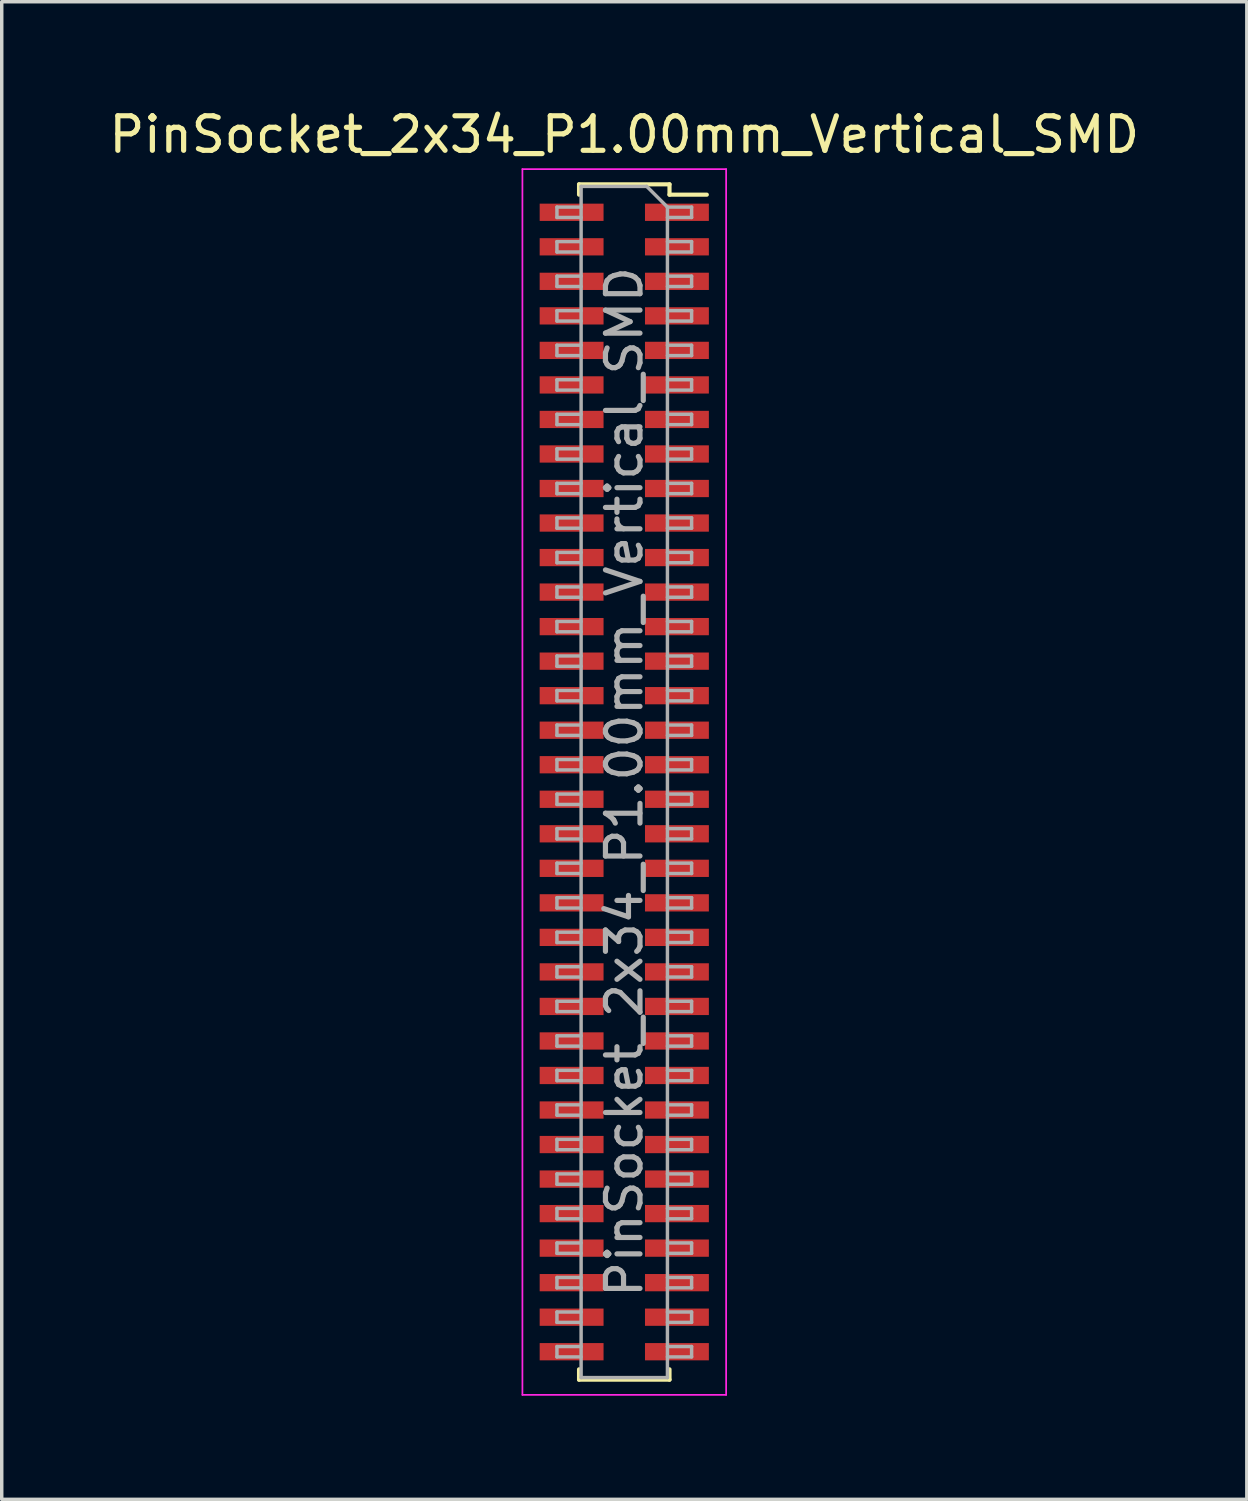
<source format=kicad_pcb>
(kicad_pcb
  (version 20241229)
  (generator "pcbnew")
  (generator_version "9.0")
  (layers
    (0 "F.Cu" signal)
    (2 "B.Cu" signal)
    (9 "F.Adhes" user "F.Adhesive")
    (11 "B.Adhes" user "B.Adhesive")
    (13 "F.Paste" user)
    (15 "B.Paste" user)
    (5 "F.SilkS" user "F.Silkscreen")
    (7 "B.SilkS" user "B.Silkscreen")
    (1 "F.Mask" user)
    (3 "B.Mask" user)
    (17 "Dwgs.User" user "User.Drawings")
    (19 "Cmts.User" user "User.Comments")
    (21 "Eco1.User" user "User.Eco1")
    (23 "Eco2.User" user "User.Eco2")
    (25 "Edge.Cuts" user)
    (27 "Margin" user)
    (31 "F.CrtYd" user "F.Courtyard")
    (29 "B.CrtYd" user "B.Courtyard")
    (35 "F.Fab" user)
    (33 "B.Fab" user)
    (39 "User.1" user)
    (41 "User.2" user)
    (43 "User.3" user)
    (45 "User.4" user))
  (footprint "PinSocket_2x34_P1.00mm_Vertical_SMD"
    (layer "F.Cu")
    (at 15.03 19.598)
    (property "Reference" "PinSocket_2x34_P1.00mm_Vertical_SMD" (at 0 -18.75 0) (layer "F.SilkS") (effects (font (size 1 1) (thickness 0.15))))
    (attr smd)
    (fp_line (start -1.31 -17.31) (end -1.31 -17.01) (stroke (width 0.12) (type solid)) (layer "F.SilkS"))
    (fp_line (start -1.31 -17.31) (end 1.31 -17.31) (stroke (width 0.12) (type solid)) (layer "F.SilkS"))
    (fp_line (start -1.31 17.01) (end -1.31 17.31) (stroke (width 0.12) (type solid)) (layer "F.SilkS"))
    (fp_line (start -1.31 17.31) (end 1.31 17.31) (stroke (width 0.12) (type solid)) (layer "F.SilkS"))
    (fp_line (start 1.31 -17.31) (end 1.31 -17.01) (stroke (width 0.12) (type solid)) (layer "F.SilkS"))
    (fp_line (start 1.31 -17.01) (end 2.39 -17.01) (stroke (width 0.12) (type solid)) (layer "F.SilkS"))
    (fp_line (start 1.31 17.01) (end 1.31 17.31) (stroke (width 0.12) (type solid)) (layer "F.SilkS"))
    (fp_line (start -2.95 -17.75) (end 2.95 -17.75) (stroke (width 0.05) (type solid)) (layer "F.CrtYd"))
    (fp_line (start -2.95 17.75) (end -2.95 -17.75) (stroke (width 0.05) (type solid)) (layer "F.CrtYd"))
    (fp_line (start 2.95 -17.75) (end 2.95 17.75) (stroke (width 0.05) (type solid)) (layer "F.CrtYd"))
    (fp_line (start 2.95 17.75) (end -2.95 17.75) (stroke (width 0.05) (type solid)) (layer "F.CrtYd"))
    (fp_line (start -1.95 -16.65) (end -1.25 -16.65) (stroke (width 0.1) (type solid)) (layer "F.Fab"))
    (fp_line (start -1.95 -16.35) (end -1.95 -16.65) (stroke (width 0.1) (type solid)) (layer "F.Fab"))
    (fp_line (start -1.95 -15.65) (end -1.25 -15.65) (stroke (width 0.1) (type solid)) (layer "F.Fab"))
    (fp_line (start -1.95 -15.35) (end -1.95 -15.65) (stroke (width 0.1) (type solid)) (layer "F.Fab"))
    (fp_line (start -1.95 -14.65) (end -1.25 -14.65) (stroke (width 0.1) (type solid)) (layer "F.Fab"))
    (fp_line (start -1.95 -14.35) (end -1.95 -14.65) (stroke (width 0.1) (type solid)) (layer "F.Fab"))
    (fp_line (start -1.95 -13.65) (end -1.25 -13.65) (stroke (width 0.1) (type solid)) (layer "F.Fab"))
    (fp_line (start -1.95 -13.35) (end -1.95 -13.65) (stroke (width 0.1) (type solid)) (layer "F.Fab"))
    (fp_line (start -1.95 -12.65) (end -1.25 -12.65) (stroke (width 0.1) (type solid)) (layer "F.Fab"))
    (fp_line (start -1.95 -12.35) (end -1.95 -12.65) (stroke (width 0.1) (type solid)) (layer "F.Fab"))
    (fp_line (start -1.95 -11.65) (end -1.25 -11.65) (stroke (width 0.1) (type solid)) (layer "F.Fab"))
    (fp_line (start -1.95 -11.35) (end -1.95 -11.65) (stroke (width 0.1) (type solid)) (layer "F.Fab"))
    (fp_line (start -1.95 -10.65) (end -1.25 -10.65) (stroke (width 0.1) (type solid)) (layer "F.Fab"))
    (fp_line (start -1.95 -10.35) (end -1.95 -10.65) (stroke (width 0.1) (type solid)) (layer "F.Fab"))
    (fp_line (start -1.95 -9.65) (end -1.25 -9.65) (stroke (width 0.1) (type solid)) (layer "F.Fab"))
    (fp_line (start -1.95 -9.35) (end -1.95 -9.65) (stroke (width 0.1) (type solid)) (layer "F.Fab"))
    (fp_line (start -1.95 -8.65) (end -1.25 -8.65) (stroke (width 0.1) (type solid)) (layer "F.Fab"))
    (fp_line (start -1.95 -8.35) (end -1.95 -8.65) (stroke (width 0.1) (type solid)) (layer "F.Fab"))
    (fp_line (start -1.95 -7.65) (end -1.25 -7.65) (stroke (width 0.1) (type solid)) (layer "F.Fab"))
    (fp_line (start -1.95 -7.35) (end -1.95 -7.65) (stroke (width 0.1) (type solid)) (layer "F.Fab"))
    (fp_line (start -1.95 -6.65) (end -1.25 -6.65) (stroke (width 0.1) (type solid)) (layer "F.Fab"))
    (fp_line (start -1.95 -6.35) (end -1.95 -6.65) (stroke (width 0.1) (type solid)) (layer "F.Fab"))
    (fp_line (start -1.95 -5.65) (end -1.25 -5.65) (stroke (width 0.1) (type solid)) (layer "F.Fab"))
    (fp_line (start -1.95 -5.35) (end -1.95 -5.65) (stroke (width 0.1) (type solid)) (layer "F.Fab"))
    (fp_line (start -1.95 -4.65) (end -1.25 -4.65) (stroke (width 0.1) (type solid)) (layer "F.Fab"))
    (fp_line (start -1.95 -4.35) (end -1.95 -4.65) (stroke (width 0.1) (type solid)) (layer "F.Fab"))
    (fp_line (start -1.95 -3.65) (end -1.25 -3.65) (stroke (width 0.1) (type solid)) (layer "F.Fab"))
    (fp_line (start -1.95 -3.35) (end -1.95 -3.65) (stroke (width 0.1) (type solid)) (layer "F.Fab"))
    (fp_line (start -1.95 -2.65) (end -1.25 -2.65) (stroke (width 0.1) (type solid)) (layer "F.Fab"))
    (fp_line (start -1.95 -2.35) (end -1.95 -2.65) (stroke (width 0.1) (type solid)) (layer "F.Fab"))
    (fp_line (start -1.95 -1.65) (end -1.25 -1.65) (stroke (width 0.1) (type solid)) (layer "F.Fab"))
    (fp_line (start -1.95 -1.35) (end -1.95 -1.65) (stroke (width 0.1) (type solid)) (layer "F.Fab"))
    (fp_line (start -1.95 -0.65) (end -1.25 -0.65) (stroke (width 0.1) (type solid)) (layer "F.Fab"))
    (fp_line (start -1.95 -0.35) (end -1.95 -0.65) (stroke (width 0.1) (type solid)) (layer "F.Fab"))
    (fp_line (start -1.95 0.35) (end -1.25 0.35) (stroke (width 0.1) (type solid)) (layer "F.Fab"))
    (fp_line (start -1.95 0.65) (end -1.95 0.35) (stroke (width 0.1) (type solid)) (layer "F.Fab"))
    (fp_line (start -1.95 1.35) (end -1.25 1.35) (stroke (width 0.1) (type solid)) (layer "F.Fab"))
    (fp_line (start -1.95 1.65) (end -1.95 1.35) (stroke (width 0.1) (type solid)) (layer "F.Fab"))
    (fp_line (start -1.95 2.35) (end -1.25 2.35) (stroke (width 0.1) (type solid)) (layer "F.Fab"))
    (fp_line (start -1.95 2.65) (end -1.95 2.35) (stroke (width 0.1) (type solid)) (layer "F.Fab"))
    (fp_line (start -1.95 3.35) (end -1.25 3.35) (stroke (width 0.1) (type solid)) (layer "F.Fab"))
    (fp_line (start -1.95 3.65) (end -1.95 3.35) (stroke (width 0.1) (type solid)) (layer "F.Fab"))
    (fp_line (start -1.95 4.35) (end -1.25 4.35) (stroke (width 0.1) (type solid)) (layer "F.Fab"))
    (fp_line (start -1.95 4.65) (end -1.95 4.35) (stroke (width 0.1) (type solid)) (layer "F.Fab"))
    (fp_line (start -1.95 5.35) (end -1.25 5.35) (stroke (width 0.1) (type solid)) (layer "F.Fab"))
    (fp_line (start -1.95 5.65) (end -1.95 5.35) (stroke (width 0.1) (type solid)) (layer "F.Fab"))
    (fp_line (start -1.95 6.35) (end -1.25 6.35) (stroke (width 0.1) (type solid)) (layer "F.Fab"))
    (fp_line (start -1.95 6.65) (end -1.95 6.35) (stroke (width 0.1) (type solid)) (layer "F.Fab"))
    (fp_line (start -1.95 7.35) (end -1.25 7.35) (stroke (width 0.1) (type solid)) (layer "F.Fab"))
    (fp_line (start -1.95 7.65) (end -1.95 7.35) (stroke (width 0.1) (type solid)) (layer "F.Fab"))
    (fp_line (start -1.95 8.35) (end -1.25 8.35) (stroke (width 0.1) (type solid)) (layer "F.Fab"))
    (fp_line (start -1.95 8.65) (end -1.95 8.35) (stroke (width 0.1) (type solid)) (layer "F.Fab"))
    (fp_line (start -1.95 9.35) (end -1.25 9.35) (stroke (width 0.1) (type solid)) (layer "F.Fab"))
    (fp_line (start -1.95 9.65) (end -1.95 9.35) (stroke (width 0.1) (type solid)) (layer "F.Fab"))
    (fp_line (start -1.95 10.35) (end -1.25 10.35) (stroke (width 0.1) (type solid)) (layer "F.Fab"))
    (fp_line (start -1.95 10.65) (end -1.95 10.35) (stroke (width 0.1) (type solid)) (layer "F.Fab"))
    (fp_line (start -1.95 11.35) (end -1.25 11.35) (stroke (width 0.1) (type solid)) (layer "F.Fab"))
    (fp_line (start -1.95 11.65) (end -1.95 11.35) (stroke (width 0.1) (type solid)) (layer "F.Fab"))
    (fp_line (start -1.95 12.35) (end -1.25 12.35) (stroke (width 0.1) (type solid)) (layer "F.Fab"))
    (fp_line (start -1.95 12.65) (end -1.95 12.35) (stroke (width 0.1) (type solid)) (layer "F.Fab"))
    (fp_line (start -1.95 13.35) (end -1.25 13.35) (stroke (width 0.1) (type solid)) (layer "F.Fab"))
    (fp_line (start -1.95 13.65) (end -1.95 13.35) (stroke (width 0.1) (type solid)) (layer "F.Fab"))
    (fp_line (start -1.95 14.35) (end -1.25 14.35) (stroke (width 0.1) (type solid)) (layer "F.Fab"))
    (fp_line (start -1.95 14.65) (end -1.95 14.35) (stroke (width 0.1) (type solid)) (layer "F.Fab"))
    (fp_line (start -1.95 15.35) (end -1.25 15.35) (stroke (width 0.1) (type solid)) (layer "F.Fab"))
    (fp_line (start -1.95 15.65) (end -1.95 15.35) (stroke (width 0.1) (type solid)) (layer "F.Fab"))
    (fp_line (start -1.95 16.35) (end -1.25 16.35) (stroke (width 0.1) (type solid)) (layer "F.Fab"))
    (fp_line (start -1.95 16.65) (end -1.95 16.35) (stroke (width 0.1) (type solid)) (layer "F.Fab"))
    (fp_line (start -1.25 -17.25) (end 0.65 -17.25) (stroke (width 0.1) (type solid)) (layer "F.Fab"))
    (fp_line (start -1.25 -16.35) (end -1.95 -16.35) (stroke (width 0.1) (type solid)) (layer "F.Fab"))
    (fp_line (start -1.25 -15.35) (end -1.95 -15.35) (stroke (width 0.1) (type solid)) (layer "F.Fab"))
    (fp_line (start -1.25 -14.35) (end -1.95 -14.35) (stroke (width 0.1) (type solid)) (layer "F.Fab"))
    (fp_line (start -1.25 -13.35) (end -1.95 -13.35) (stroke (width 0.1) (type solid)) (layer "F.Fab"))
    (fp_line (start -1.25 -12.35) (end -1.95 -12.35) (stroke (width 0.1) (type solid)) (layer "F.Fab"))
    (fp_line (start -1.25 -11.35) (end -1.95 -11.35) (stroke (width 0.1) (type solid)) (layer "F.Fab"))
    (fp_line (start -1.25 -10.35) (end -1.95 -10.35) (stroke (width 0.1) (type solid)) (layer "F.Fab"))
    (fp_line (start -1.25 -9.35) (end -1.95 -9.35) (stroke (width 0.1) (type solid)) (layer "F.Fab"))
    (fp_line (start -1.25 -8.35) (end -1.95 -8.35) (stroke (width 0.1) (type solid)) (layer "F.Fab"))
    (fp_line (start -1.25 -7.35) (end -1.95 -7.35) (stroke (width 0.1) (type solid)) (layer "F.Fab"))
    (fp_line (start -1.25 -6.35) (end -1.95 -6.35) (stroke (width 0.1) (type solid)) (layer "F.Fab"))
    (fp_line (start -1.25 -5.35) (end -1.95 -5.35) (stroke (width 0.1) (type solid)) (layer "F.Fab"))
    (fp_line (start -1.25 -4.35) (end -1.95 -4.35) (stroke (width 0.1) (type solid)) (layer "F.Fab"))
    (fp_line (start -1.25 -3.35) (end -1.95 -3.35) (stroke (width 0.1) (type solid)) (layer "F.Fab"))
    (fp_line (start -1.25 -2.35) (end -1.95 -2.35) (stroke (width 0.1) (type solid)) (layer "F.Fab"))
    (fp_line (start -1.25 -1.35) (end -1.95 -1.35) (stroke (width 0.1) (type solid)) (layer "F.Fab"))
    (fp_line (start -1.25 -0.35) (end -1.95 -0.35) (stroke (width 0.1) (type solid)) (layer "F.Fab"))
    (fp_line (start -1.25 0.65) (end -1.95 0.65) (stroke (width 0.1) (type solid)) (layer "F.Fab"))
    (fp_line (start -1.25 1.65) (end -1.95 1.65) (stroke (width 0.1) (type solid)) (layer "F.Fab"))
    (fp_line (start -1.25 2.65) (end -1.95 2.65) (stroke (width 0.1) (type solid)) (layer "F.Fab"))
    (fp_line (start -1.25 3.65) (end -1.95 3.65) (stroke (width 0.1) (type solid)) (layer "F.Fab"))
    (fp_line (start -1.25 4.65) (end -1.95 4.65) (stroke (width 0.1) (type solid)) (layer "F.Fab"))
    (fp_line (start -1.25 5.65) (end -1.95 5.65) (stroke (width 0.1) (type solid)) (layer "F.Fab"))
    (fp_line (start -1.25 6.65) (end -1.95 6.65) (stroke (width 0.1) (type solid)) (layer "F.Fab"))
    (fp_line (start -1.25 7.65) (end -1.95 7.65) (stroke (width 0.1) (type solid)) (layer "F.Fab"))
    (fp_line (start -1.25 8.65) (end -1.95 8.65) (stroke (width 0.1) (type solid)) (layer "F.Fab"))
    (fp_line (start -1.25 9.65) (end -1.95 9.65) (stroke (width 0.1) (type solid)) (layer "F.Fab"))
    (fp_line (start -1.25 10.65) (end -1.95 10.65) (stroke (width 0.1) (type solid)) (layer "F.Fab"))
    (fp_line (start -1.25 11.65) (end -1.95 11.65) (stroke (width 0.1) (type solid)) (layer "F.Fab"))
    (fp_line (start -1.25 12.65) (end -1.95 12.65) (stroke (width 0.1) (type solid)) (layer "F.Fab"))
    (fp_line (start -1.25 13.65) (end -1.95 13.65) (stroke (width 0.1) (type solid)) (layer "F.Fab"))
    (fp_line (start -1.25 14.65) (end -1.95 14.65) (stroke (width 0.1) (type solid)) (layer "F.Fab"))
    (fp_line (start -1.25 15.65) (end -1.95 15.65) (stroke (width 0.1) (type solid)) (layer "F.Fab"))
    (fp_line (start -1.25 16.65) (end -1.95 16.65) (stroke (width 0.1) (type solid)) (layer "F.Fab"))
    (fp_line (start -1.25 17.25) (end -1.25 -17.25) (stroke (width 0.1) (type solid)) (layer "F.Fab"))
    (fp_line (start 0.65 -17.25) (end 1.25 -16.65) (stroke (width 0.1) (type solid)) (layer "F.Fab"))
    (fp_line (start 1.25 -16.65) (end 1.25 17.25) (stroke (width 0.1) (type solid)) (layer "F.Fab"))
    (fp_line (start 1.25 -16.65) (end 1.95 -16.65) (stroke (width 0.1) (type solid)) (layer "F.Fab"))
    (fp_line (start 1.25 -15.65) (end 1.95 -15.65) (stroke (width 0.1) (type solid)) (layer "F.Fab"))
    (fp_line (start 1.25 -14.65) (end 1.95 -14.65) (stroke (width 0.1) (type solid)) (layer "F.Fab"))
    (fp_line (start 1.25 -13.65) (end 1.95 -13.65) (stroke (width 0.1) (type solid)) (layer "F.Fab"))
    (fp_line (start 1.25 -12.65) (end 1.95 -12.65) (stroke (width 0.1) (type solid)) (layer "F.Fab"))
    (fp_line (start 1.25 -11.65) (end 1.95 -11.65) (stroke (width 0.1) (type solid)) (layer "F.Fab"))
    (fp_line (start 1.25 -10.65) (end 1.95 -10.65) (stroke (width 0.1) (type solid)) (layer "F.Fab"))
    (fp_line (start 1.25 -9.65) (end 1.95 -9.65) (stroke (width 0.1) (type solid)) (layer "F.Fab"))
    (fp_line (start 1.25 -8.65) (end 1.95 -8.65) (stroke (width 0.1) (type solid)) (layer "F.Fab"))
    (fp_line (start 1.25 -7.65) (end 1.95 -7.65) (stroke (width 0.1) (type solid)) (layer "F.Fab"))
    (fp_line (start 1.25 -6.65) (end 1.95 -6.65) (stroke (width 0.1) (type solid)) (layer "F.Fab"))
    (fp_line (start 1.25 -5.65) (end 1.95 -5.65) (stroke (width 0.1) (type solid)) (layer "F.Fab"))
    (fp_line (start 1.25 -4.65) (end 1.95 -4.65) (stroke (width 0.1) (type solid)) (layer "F.Fab"))
    (fp_line (start 1.25 -3.65) (end 1.95 -3.65) (stroke (width 0.1) (type solid)) (layer "F.Fab"))
    (fp_line (start 1.25 -2.65) (end 1.95 -2.65) (stroke (width 0.1) (type solid)) (layer "F.Fab"))
    (fp_line (start 1.25 -1.65) (end 1.95 -1.65) (stroke (width 0.1) (type solid)) (layer "F.Fab"))
    (fp_line (start 1.25 -0.65) (end 1.95 -0.65) (stroke (width 0.1) (type solid)) (layer "F.Fab"))
    (fp_line (start 1.25 0.35) (end 1.95 0.35) (stroke (width 0.1) (type solid)) (layer "F.Fab"))
    (fp_line (start 1.25 1.35) (end 1.95 1.35) (stroke (width 0.1) (type solid)) (layer "F.Fab"))
    (fp_line (start 1.25 2.35) (end 1.95 2.35) (stroke (width 0.1) (type solid)) (layer "F.Fab"))
    (fp_line (start 1.25 3.35) (end 1.95 3.35) (stroke (width 0.1) (type solid)) (layer "F.Fab"))
    (fp_line (start 1.25 4.35) (end 1.95 4.35) (stroke (width 0.1) (type solid)) (layer "F.Fab"))
    (fp_line (start 1.25 5.35) (end 1.95 5.35) (stroke (width 0.1) (type solid)) (layer "F.Fab"))
    (fp_line (start 1.25 6.35) (end 1.95 6.35) (stroke (width 0.1) (type solid)) (layer "F.Fab"))
    (fp_line (start 1.25 7.35) (end 1.95 7.35) (stroke (width 0.1) (type solid)) (layer "F.Fab"))
    (fp_line (start 1.25 8.35) (end 1.95 8.35) (stroke (width 0.1) (type solid)) (layer "F.Fab"))
    (fp_line (start 1.25 9.35) (end 1.95 9.35) (stroke (width 0.1) (type solid)) (layer "F.Fab"))
    (fp_line (start 1.25 10.35) (end 1.95 10.35) (stroke (width 0.1) (type solid)) (layer "F.Fab"))
    (fp_line (start 1.25 11.35) (end 1.95 11.35) (stroke (width 0.1) (type solid)) (layer "F.Fab"))
    (fp_line (start 1.25 12.35) (end 1.95 12.35) (stroke (width 0.1) (type solid)) (layer "F.Fab"))
    (fp_line (start 1.25 13.35) (end 1.95 13.35) (stroke (width 0.1) (type solid)) (layer "F.Fab"))
    (fp_line (start 1.25 14.35) (end 1.95 14.35) (stroke (width 0.1) (type solid)) (layer "F.Fab"))
    (fp_line (start 1.25 15.35) (end 1.95 15.35) (stroke (width 0.1) (type solid)) (layer "F.Fab"))
    (fp_line (start 1.25 16.35) (end 1.95 16.35) (stroke (width 0.1) (type solid)) (layer "F.Fab"))
    (fp_line (start 1.25 17.25) (end -1.25 17.25) (stroke (width 0.1) (type solid)) (layer "F.Fab"))
    (fp_line (start 1.95 -16.65) (end 1.95 -16.35) (stroke (width 0.1) (type solid)) (layer "F.Fab"))
    (fp_line (start 1.95 -16.35) (end 1.25 -16.35) (stroke (width 0.1) (type solid)) (layer "F.Fab"))
    (fp_line (start 1.95 -15.65) (end 1.95 -15.35) (stroke (width 0.1) (type solid)) (layer "F.Fab"))
    (fp_line (start 1.95 -15.35) (end 1.25 -15.35) (stroke (width 0.1) (type solid)) (layer "F.Fab"))
    (fp_line (start 1.95 -14.65) (end 1.95 -14.35) (stroke (width 0.1) (type solid)) (layer "F.Fab"))
    (fp_line (start 1.95 -14.35) (end 1.25 -14.35) (stroke (width 0.1) (type solid)) (layer "F.Fab"))
    (fp_line (start 1.95 -13.65) (end 1.95 -13.35) (stroke (width 0.1) (type solid)) (layer "F.Fab"))
    (fp_line (start 1.95 -13.35) (end 1.25 -13.35) (stroke (width 0.1) (type solid)) (layer "F.Fab"))
    (fp_line (start 1.95 -12.65) (end 1.95 -12.35) (stroke (width 0.1) (type solid)) (layer "F.Fab"))
    (fp_line (start 1.95 -12.35) (end 1.25 -12.35) (stroke (width 0.1) (type solid)) (layer "F.Fab"))
    (fp_line (start 1.95 -11.65) (end 1.95 -11.35) (stroke (width 0.1) (type solid)) (layer "F.Fab"))
    (fp_line (start 1.95 -11.35) (end 1.25 -11.35) (stroke (width 0.1) (type solid)) (layer "F.Fab"))
    (fp_line (start 1.95 -10.65) (end 1.95 -10.35) (stroke (width 0.1) (type solid)) (layer "F.Fab"))
    (fp_line (start 1.95 -10.35) (end 1.25 -10.35) (stroke (width 0.1) (type solid)) (layer "F.Fab"))
    (fp_line (start 1.95 -9.65) (end 1.95 -9.35) (stroke (width 0.1) (type solid)) (layer "F.Fab"))
    (fp_line (start 1.95 -9.35) (end 1.25 -9.35) (stroke (width 0.1) (type solid)) (layer "F.Fab"))
    (fp_line (start 1.95 -8.65) (end 1.95 -8.35) (stroke (width 0.1) (type solid)) (layer "F.Fab"))
    (fp_line (start 1.95 -8.35) (end 1.25 -8.35) (stroke (width 0.1) (type solid)) (layer "F.Fab"))
    (fp_line (start 1.95 -7.65) (end 1.95 -7.35) (stroke (width 0.1) (type solid)) (layer "F.Fab"))
    (fp_line (start 1.95 -7.35) (end 1.25 -7.35) (stroke (width 0.1) (type solid)) (layer "F.Fab"))
    (fp_line (start 1.95 -6.65) (end 1.95 -6.35) (stroke (width 0.1) (type solid)) (layer "F.Fab"))
    (fp_line (start 1.95 -6.35) (end 1.25 -6.35) (stroke (width 0.1) (type solid)) (layer "F.Fab"))
    (fp_line (start 1.95 -5.65) (end 1.95 -5.35) (stroke (width 0.1) (type solid)) (layer "F.Fab"))
    (fp_line (start 1.95 -5.35) (end 1.25 -5.35) (stroke (width 0.1) (type solid)) (layer "F.Fab"))
    (fp_line (start 1.95 -4.65) (end 1.95 -4.35) (stroke (width 0.1) (type solid)) (layer "F.Fab"))
    (fp_line (start 1.95 -4.35) (end 1.25 -4.35) (stroke (width 0.1) (type solid)) (layer "F.Fab"))
    (fp_line (start 1.95 -3.65) (end 1.95 -3.35) (stroke (width 0.1) (type solid)) (layer "F.Fab"))
    (fp_line (start 1.95 -3.35) (end 1.25 -3.35) (stroke (width 0.1) (type solid)) (layer "F.Fab"))
    (fp_line (start 1.95 -2.65) (end 1.95 -2.35) (stroke (width 0.1) (type solid)) (layer "F.Fab"))
    (fp_line (start 1.95 -2.35) (end 1.25 -2.35) (stroke (width 0.1) (type solid)) (layer "F.Fab"))
    (fp_line (start 1.95 -1.65) (end 1.95 -1.35) (stroke (width 0.1) (type solid)) (layer "F.Fab"))
    (fp_line (start 1.95 -1.35) (end 1.25 -1.35) (stroke (width 0.1) (type solid)) (layer "F.Fab"))
    (fp_line (start 1.95 -0.65) (end 1.95 -0.35) (stroke (width 0.1) (type solid)) (layer "F.Fab"))
    (fp_line (start 1.95 -0.35) (end 1.25 -0.35) (stroke (width 0.1) (type solid)) (layer "F.Fab"))
    (fp_line (start 1.95 0.35) (end 1.95 0.65) (stroke (width 0.1) (type solid)) (layer "F.Fab"))
    (fp_line (start 1.95 0.65) (end 1.25 0.65) (stroke (width 0.1) (type solid)) (layer "F.Fab"))
    (fp_line (start 1.95 1.35) (end 1.95 1.65) (stroke (width 0.1) (type solid)) (layer "F.Fab"))
    (fp_line (start 1.95 1.65) (end 1.25 1.65) (stroke (width 0.1) (type solid)) (layer "F.Fab"))
    (fp_line (start 1.95 2.35) (end 1.95 2.65) (stroke (width 0.1) (type solid)) (layer "F.Fab"))
    (fp_line (start 1.95 2.65) (end 1.25 2.65) (stroke (width 0.1) (type solid)) (layer "F.Fab"))
    (fp_line (start 1.95 3.35) (end 1.95 3.65) (stroke (width 0.1) (type solid)) (layer "F.Fab"))
    (fp_line (start 1.95 3.65) (end 1.25 3.65) (stroke (width 0.1) (type solid)) (layer "F.Fab"))
    (fp_line (start 1.95 4.35) (end 1.95 4.65) (stroke (width 0.1) (type solid)) (layer "F.Fab"))
    (fp_line (start 1.95 4.65) (end 1.25 4.65) (stroke (width 0.1) (type solid)) (layer "F.Fab"))
    (fp_line (start 1.95 5.35) (end 1.95 5.65) (stroke (width 0.1) (type solid)) (layer "F.Fab"))
    (fp_line (start 1.95 5.65) (end 1.25 5.65) (stroke (width 0.1) (type solid)) (layer "F.Fab"))
    (fp_line (start 1.95 6.35) (end 1.95 6.65) (stroke (width 0.1) (type solid)) (layer "F.Fab"))
    (fp_line (start 1.95 6.65) (end 1.25 6.65) (stroke (width 0.1) (type solid)) (layer "F.Fab"))
    (fp_line (start 1.95 7.35) (end 1.95 7.65) (stroke (width 0.1) (type solid)) (layer "F.Fab"))
    (fp_line (start 1.95 7.65) (end 1.25 7.65) (stroke (width 0.1) (type solid)) (layer "F.Fab"))
    (fp_line (start 1.95 8.35) (end 1.95 8.65) (stroke (width 0.1) (type solid)) (layer "F.Fab"))
    (fp_line (start 1.95 8.65) (end 1.25 8.65) (stroke (width 0.1) (type solid)) (layer "F.Fab"))
    (fp_line (start 1.95 9.35) (end 1.95 9.65) (stroke (width 0.1) (type solid)) (layer "F.Fab"))
    (fp_line (start 1.95 9.65) (end 1.25 9.65) (stroke (width 0.1) (type solid)) (layer "F.Fab"))
    (fp_line (start 1.95 10.35) (end 1.95 10.65) (stroke (width 0.1) (type solid)) (layer "F.Fab"))
    (fp_line (start 1.95 10.65) (end 1.25 10.65) (stroke (width 0.1) (type solid)) (layer "F.Fab"))
    (fp_line (start 1.95 11.35) (end 1.95 11.65) (stroke (width 0.1) (type solid)) (layer "F.Fab"))
    (fp_line (start 1.95 11.65) (end 1.25 11.65) (stroke (width 0.1) (type solid)) (layer "F.Fab"))
    (fp_line (start 1.95 12.35) (end 1.95 12.65) (stroke (width 0.1) (type solid)) (layer "F.Fab"))
    (fp_line (start 1.95 12.65) (end 1.25 12.65) (stroke (width 0.1) (type solid)) (layer "F.Fab"))
    (fp_line (start 1.95 13.35) (end 1.95 13.65) (stroke (width 0.1) (type solid)) (layer "F.Fab"))
    (fp_line (start 1.95 13.65) (end 1.25 13.65) (stroke (width 0.1) (type solid)) (layer "F.Fab"))
    (fp_line (start 1.95 14.35) (end 1.95 14.65) (stroke (width 0.1) (type solid)) (layer "F.Fab"))
    (fp_line (start 1.95 14.65) (end 1.25 14.65) (stroke (width 0.1) (type solid)) (layer "F.Fab"))
    (fp_line (start 1.95 15.35) (end 1.95 15.65) (stroke (width 0.1) (type solid)) (layer "F.Fab"))
    (fp_line (start 1.95 15.65) (end 1.25 15.65) (stroke (width 0.1) (type solid)) (layer "F.Fab"))
    (fp_line (start 1.95 16.35) (end 1.95 16.65) (stroke (width 0.1) (type solid)) (layer "F.Fab"))
    (fp_line (start 1.95 16.65) (end 1.25 16.65) (stroke (width 0.1) (type solid)) (layer "F.Fab"))
    (fp_text user "${REFERENCE}" (at 0 0 90) (layer "F.Fab") (effects (font (size 1 1) (thickness 0.15))))
    (pad "1" smd rect (at 1.525 -16.5) (size 1.85 0.5) (layers "F.Cu" "F.Mask" "F.Paste"))
    (pad "2" smd rect (at -1.525 -16.5) (size 1.85 0.5) (layers "F.Cu" "F.Mask" "F.Paste"))
    (pad "3" smd rect (at 1.525 -15.5) (size 1.85 0.5) (layers "F.Cu" "F.Mask" "F.Paste"))
    (pad "4" smd rect (at -1.525 -15.5) (size 1.85 0.5) (layers "F.Cu" "F.Mask" "F.Paste"))
    (pad "5" smd rect (at 1.525 -14.5) (size 1.85 0.5) (layers "F.Cu" "F.Mask" "F.Paste"))
    (pad "6" smd rect (at -1.525 -14.5) (size 1.85 0.5) (layers "F.Cu" "F.Mask" "F.Paste"))
    (pad "7" smd rect (at 1.525 -13.5) (size 1.85 0.5) (layers "F.Cu" "F.Mask" "F.Paste"))
    (pad "8" smd rect (at -1.525 -13.5) (size 1.85 0.5) (layers "F.Cu" "F.Mask" "F.Paste"))
    (pad "9" smd rect (at 1.525 -12.5) (size 1.85 0.5) (layers "F.Cu" "F.Mask" "F.Paste"))
    (pad "10" smd rect (at -1.525 -12.5) (size 1.85 0.5) (layers "F.Cu" "F.Mask" "F.Paste"))
    (pad "11" smd rect (at 1.525 -11.5) (size 1.85 0.5) (layers "F.Cu" "F.Mask" "F.Paste"))
    (pad "12" smd rect (at -1.525 -11.5) (size 1.85 0.5) (layers "F.Cu" "F.Mask" "F.Paste"))
    (pad "13" smd rect (at 1.525 -10.5) (size 1.85 0.5) (layers "F.Cu" "F.Mask" "F.Paste"))
    (pad "14" smd rect (at -1.525 -10.5) (size 1.85 0.5) (layers "F.Cu" "F.Mask" "F.Paste"))
    (pad "15" smd rect (at 1.525 -9.5) (size 1.85 0.5) (layers "F.Cu" "F.Mask" "F.Paste"))
    (pad "16" smd rect (at -1.525 -9.5) (size 1.85 0.5) (layers "F.Cu" "F.Mask" "F.Paste"))
    (pad "17" smd rect (at 1.525 -8.5) (size 1.85 0.5) (layers "F.Cu" "F.Mask" "F.Paste"))
    (pad "18" smd rect (at -1.525 -8.5) (size 1.85 0.5) (layers "F.Cu" "F.Mask" "F.Paste"))
    (pad "19" smd rect (at 1.525 -7.5) (size 1.85 0.5) (layers "F.Cu" "F.Mask" "F.Paste"))
    (pad "20" smd rect (at -1.525 -7.5) (size 1.85 0.5) (layers "F.Cu" "F.Mask" "F.Paste"))
    (pad "21" smd rect (at 1.525 -6.5) (size 1.85 0.5) (layers "F.Cu" "F.Mask" "F.Paste"))
    (pad "22" smd rect (at -1.525 -6.5) (size 1.85 0.5) (layers "F.Cu" "F.Mask" "F.Paste"))
    (pad "23" smd rect (at 1.525 -5.5) (size 1.85 0.5) (layers "F.Cu" "F.Mask" "F.Paste"))
    (pad "24" smd rect (at -1.525 -5.5) (size 1.85 0.5) (layers "F.Cu" "F.Mask" "F.Paste"))
    (pad "25" smd rect (at 1.525 -4.5) (size 1.85 0.5) (layers "F.Cu" "F.Mask" "F.Paste"))
    (pad "26" smd rect (at -1.525 -4.5) (size 1.85 0.5) (layers "F.Cu" "F.Mask" "F.Paste"))
    (pad "27" smd rect (at 1.525 -3.5) (size 1.85 0.5) (layers "F.Cu" "F.Mask" "F.Paste"))
    (pad "28" smd rect (at -1.525 -3.5) (size 1.85 0.5) (layers "F.Cu" "F.Mask" "F.Paste"))
    (pad "29" smd rect (at 1.525 -2.5) (size 1.85 0.5) (layers "F.Cu" "F.Mask" "F.Paste"))
    (pad "30" smd rect (at -1.525 -2.5) (size 1.85 0.5) (layers "F.Cu" "F.Mask" "F.Paste"))
    (pad "31" smd rect (at 1.525 -1.5) (size 1.85 0.5) (layers "F.Cu" "F.Mask" "F.Paste"))
    (pad "32" smd rect (at -1.525 -1.5) (size 1.85 0.5) (layers "F.Cu" "F.Mask" "F.Paste"))
    (pad "33" smd rect (at 1.525 -0.5) (size 1.85 0.5) (layers "F.Cu" "F.Mask" "F.Paste"))
    (pad "34" smd rect (at -1.525 -0.5) (size 1.85 0.5) (layers "F.Cu" "F.Mask" "F.Paste"))
    (pad "35" smd rect (at 1.525 0.5) (size 1.85 0.5) (layers "F.Cu" "F.Mask" "F.Paste"))
    (pad "36" smd rect (at -1.525 0.5) (size 1.85 0.5) (layers "F.Cu" "F.Mask" "F.Paste"))
    (pad "37" smd rect (at 1.525 1.5) (size 1.85 0.5) (layers "F.Cu" "F.Mask" "F.Paste"))
    (pad "38" smd rect (at -1.525 1.5) (size 1.85 0.5) (layers "F.Cu" "F.Mask" "F.Paste"))
    (pad "39" smd rect (at 1.525 2.5) (size 1.85 0.5) (layers "F.Cu" "F.Mask" "F.Paste"))
    (pad "40" smd rect (at -1.525 2.5) (size 1.85 0.5) (layers "F.Cu" "F.Mask" "F.Paste"))
    (pad "41" smd rect (at 1.525 3.5) (size 1.85 0.5) (layers "F.Cu" "F.Mask" "F.Paste"))
    (pad "42" smd rect (at -1.525 3.5) (size 1.85 0.5) (layers "F.Cu" "F.Mask" "F.Paste"))
    (pad "43" smd rect (at 1.525 4.5) (size 1.85 0.5) (layers "F.Cu" "F.Mask" "F.Paste"))
    (pad "44" smd rect (at -1.525 4.5) (size 1.85 0.5) (layers "F.Cu" "F.Mask" "F.Paste"))
    (pad "45" smd rect (at 1.525 5.5) (size 1.85 0.5) (layers "F.Cu" "F.Mask" "F.Paste"))
    (pad "46" smd rect (at -1.525 5.5) (size 1.85 0.5) (layers "F.Cu" "F.Mask" "F.Paste"))
    (pad "47" smd rect (at 1.525 6.5) (size 1.85 0.5) (layers "F.Cu" "F.Mask" "F.Paste"))
    (pad "48" smd rect (at -1.525 6.5) (size 1.85 0.5) (layers "F.Cu" "F.Mask" "F.Paste"))
    (pad "49" smd rect (at 1.525 7.5) (size 1.85 0.5) (layers "F.Cu" "F.Mask" "F.Paste"))
    (pad "50" smd rect (at -1.525 7.5) (size 1.85 0.5) (layers "F.Cu" "F.Mask" "F.Paste"))
    (pad "51" smd rect (at 1.525 8.5) (size 1.85 0.5) (layers "F.Cu" "F.Mask" "F.Paste"))
    (pad "52" smd rect (at -1.525 8.5) (size 1.85 0.5) (layers "F.Cu" "F.Mask" "F.Paste"))
    (pad "53" smd rect (at 1.525 9.5) (size 1.85 0.5) (layers "F.Cu" "F.Mask" "F.Paste"))
    (pad "54" smd rect (at -1.525 9.5) (size 1.85 0.5) (layers "F.Cu" "F.Mask" "F.Paste"))
    (pad "55" smd rect (at 1.525 10.5) (size 1.85 0.5) (layers "F.Cu" "F.Mask" "F.Paste"))
    (pad "56" smd rect (at -1.525 10.5) (size 1.85 0.5) (layers "F.Cu" "F.Mask" "F.Paste"))
    (pad "57" smd rect (at 1.525 11.5) (size 1.85 0.5) (layers "F.Cu" "F.Mask" "F.Paste"))
    (pad "58" smd rect (at -1.525 11.5) (size 1.85 0.5) (layers "F.Cu" "F.Mask" "F.Paste"))
    (pad "59" smd rect (at 1.525 12.5) (size 1.85 0.5) (layers "F.Cu" "F.Mask" "F.Paste"))
    (pad "60" smd rect (at -1.525 12.5) (size 1.85 0.5) (layers "F.Cu" "F.Mask" "F.Paste"))
    (pad "61" smd rect (at 1.525 13.5) (size 1.85 0.5) (layers "F.Cu" "F.Mask" "F.Paste"))
    (pad "62" smd rect (at -1.525 13.5) (size 1.85 0.5) (layers "F.Cu" "F.Mask" "F.Paste"))
    (pad "63" smd rect (at 1.525 14.5) (size 1.85 0.5) (layers "F.Cu" "F.Mask" "F.Paste"))
    (pad "64" smd rect (at -1.525 14.5) (size 1.85 0.5) (layers "F.Cu" "F.Mask" "F.Paste"))
    (pad "65" smd rect (at 1.525 15.5) (size 1.85 0.5) (layers "F.Cu" "F.Mask" "F.Paste"))
    (pad "66" smd rect (at -1.525 15.5) (size 1.85 0.5) (layers "F.Cu" "F.Mask" "F.Paste"))
    (pad "67" smd rect (at 1.525 16.5) (size 1.85 0.5) (layers "F.Cu" "F.Mask" "F.Paste"))
    (pad "68" smd rect (at -1.525 16.5) (size 1.85 0.5) (layers "F.Cu" "F.Mask" "F.Paste")))
  (gr_rect
    (start -3 -3)
    (end 33.06 40.373)
    (stroke (width 0.1) (type default))
    (fill no)
    (layer "Edge.Cuts")))
</source>
